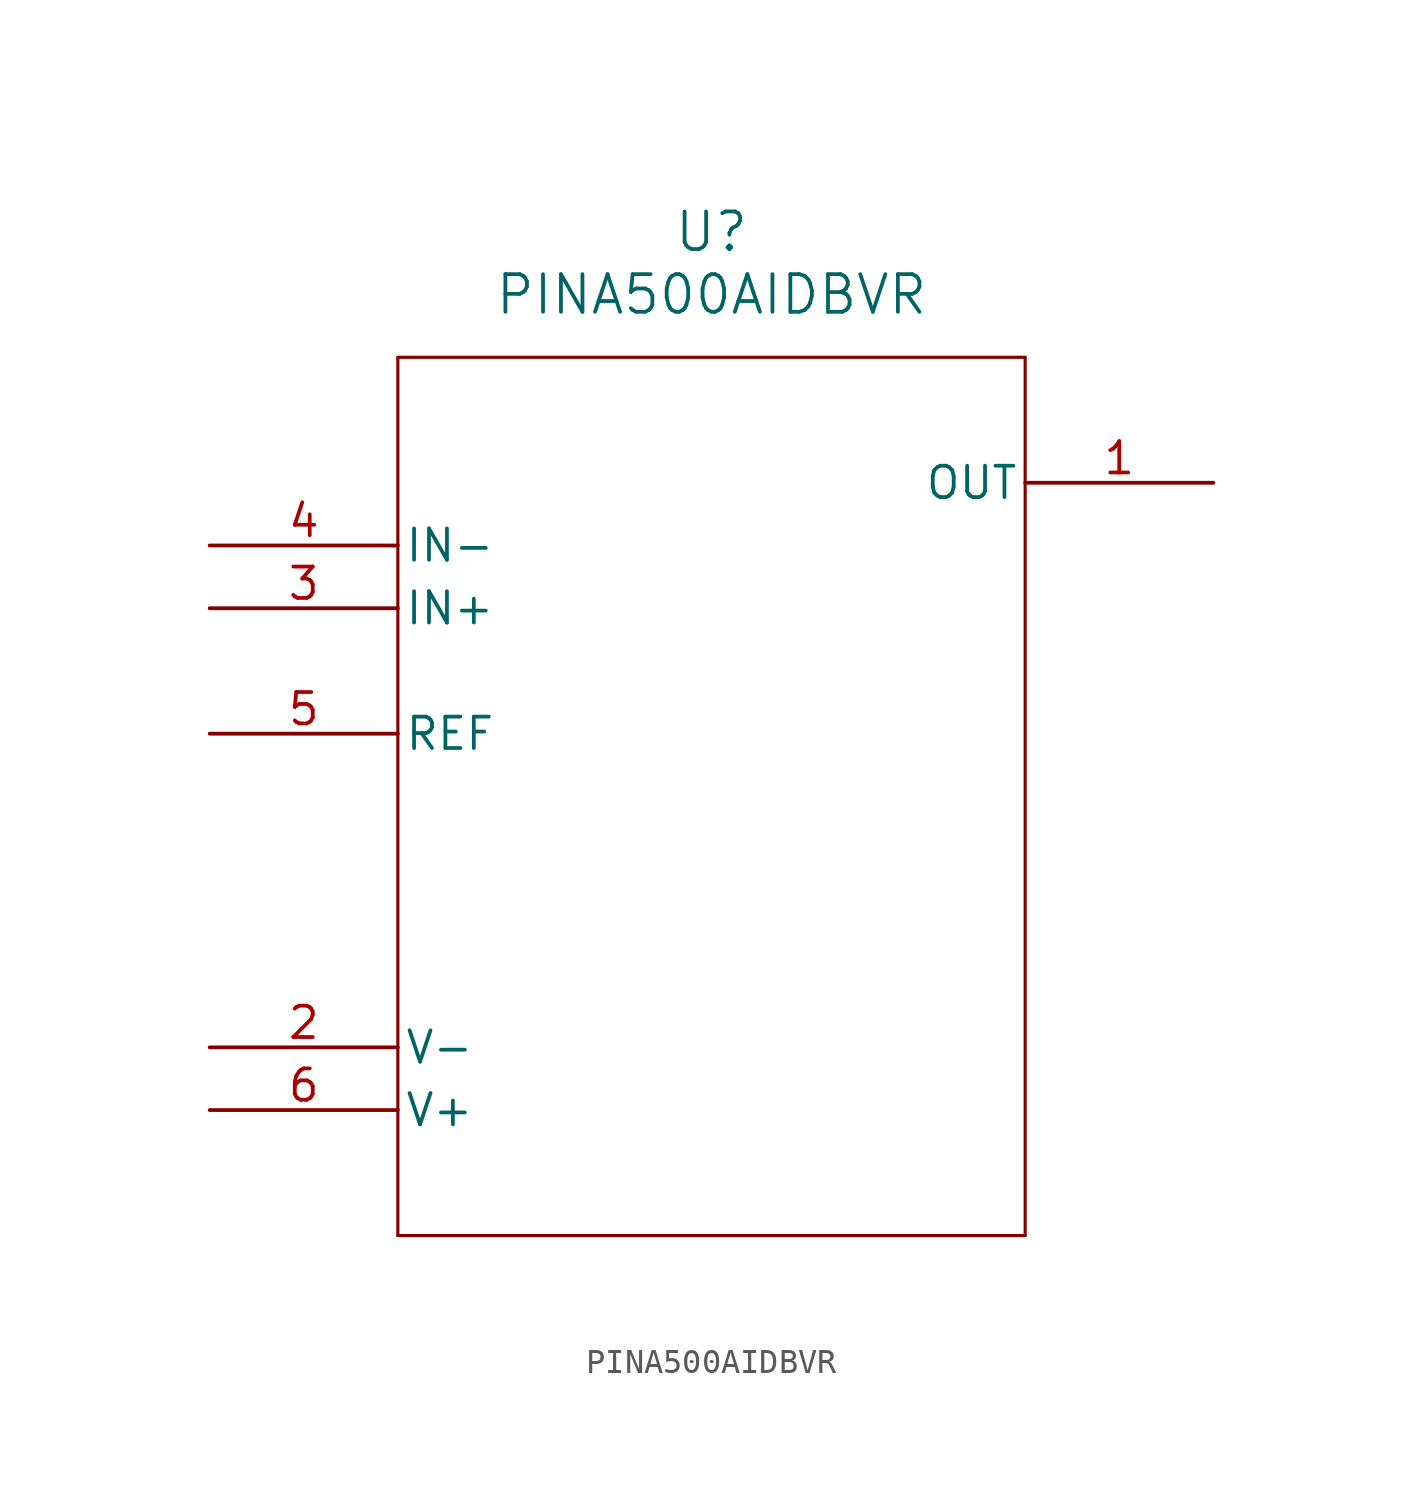
<source format=kicad_sym>
(kicad_symbol_lib
  (version 20211014)
  (generator kicad_symbol_editor)
  (symbol "PINA500AIDBVR"
    (pin_names
      (offset 0.254))
    (property "Reference" "U"
      (at 20.32 12.7 0)
      (effects (font (size 1.524 1.524))))
    (property "Value" "PINA500AIDBVR"
      (at 20.32 10.16 0)
      (effects (font (size 1.524 1.524))))
    (symbol "PINA500AIDBVR_0_1"
      (polyline (pts (xy 7.62 7.62) (xy 7.62 -27.94)) (stroke (width 0.127) (type default) (color 0 0 0 0)) (fill (type none)))
      (polyline (pts (xy 7.62 -27.94) (xy 33.02 -27.94)) (stroke (width 0.127) (type default) (color 0 0 0 0)) (fill (type none)))
      (polyline (pts (xy 33.02 -27.94) (xy 33.02 7.62)) (stroke (width 0.127) (type default) (color 0 0 0 0)) (fill (type none)))
      (polyline (pts (xy 33.02 7.62) (xy 7.62 7.62)) (stroke (width 0.127) (type default) (color 0 0 0 0)) (fill (type none)))
      (pin output line (at 40.64 2.54 180) (length 7.62) (name "OUT" (effects (font (size 1.27 1.27)))) (number "1" (effects (font (size 1.27 1.27)))))
      (pin power_in line (at 0 -20.32 0) (length 7.62) (name "V-" (effects (font (size 1.27 1.27)))) (number "2" (effects (font (size 1.27 1.27)))))
      (pin input line (at 0 -2.54 0) (length 7.62) (name "IN+" (effects (font (size 1.27 1.27)))) (number "3" (effects (font (size 1.27 1.27)))))
      (pin input line (at 0 0 0) (length 7.62) (name "IN-" (effects (font (size 1.27 1.27)))) (number "4" (effects (font (size 1.27 1.27)))))
      (pin input line (at 0 -7.62 0) (length 7.62) (name "REF" (effects (font (size 1.27 1.27)))) (number "5" (effects (font (size 1.27 1.27)))))
      (pin power_in line (at 0 -22.86 0) (length 7.62) (name "V+" (effects (font (size 1.27 1.27)))) (number "6" (effects (font (size 1.27 1.27))))))))
</source>
